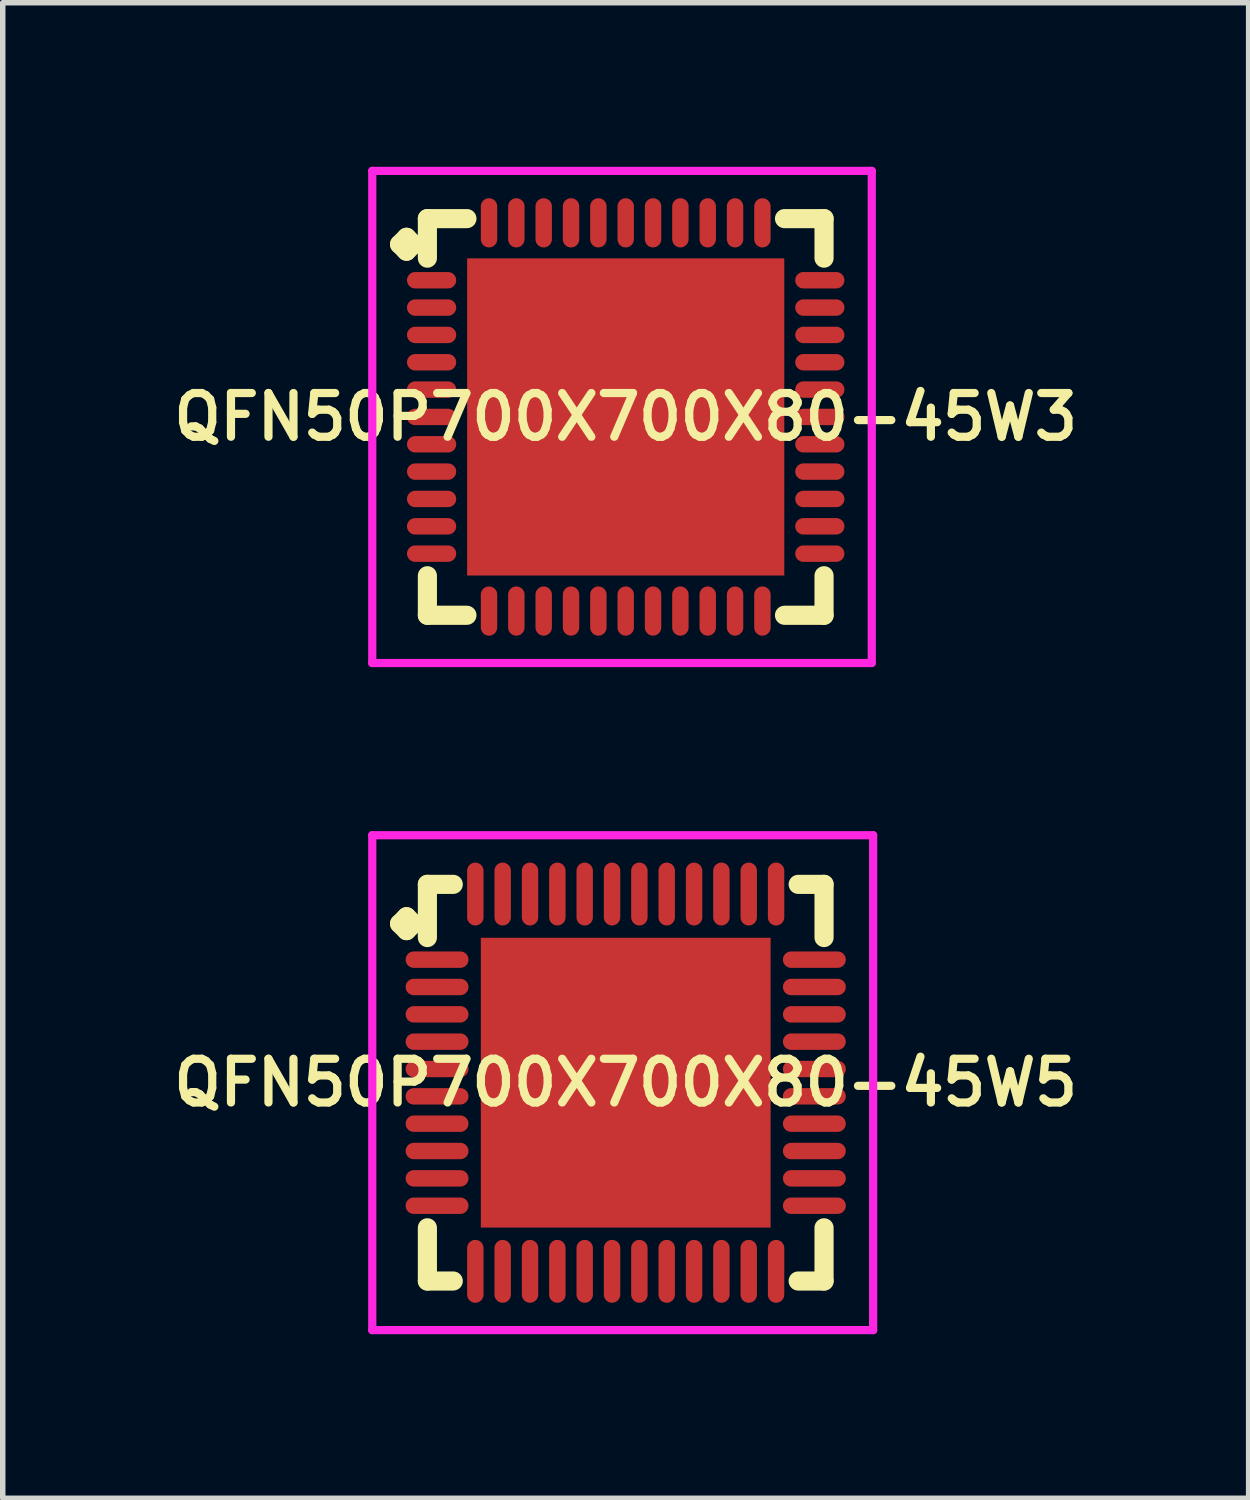
<source format=kicad_pcb>
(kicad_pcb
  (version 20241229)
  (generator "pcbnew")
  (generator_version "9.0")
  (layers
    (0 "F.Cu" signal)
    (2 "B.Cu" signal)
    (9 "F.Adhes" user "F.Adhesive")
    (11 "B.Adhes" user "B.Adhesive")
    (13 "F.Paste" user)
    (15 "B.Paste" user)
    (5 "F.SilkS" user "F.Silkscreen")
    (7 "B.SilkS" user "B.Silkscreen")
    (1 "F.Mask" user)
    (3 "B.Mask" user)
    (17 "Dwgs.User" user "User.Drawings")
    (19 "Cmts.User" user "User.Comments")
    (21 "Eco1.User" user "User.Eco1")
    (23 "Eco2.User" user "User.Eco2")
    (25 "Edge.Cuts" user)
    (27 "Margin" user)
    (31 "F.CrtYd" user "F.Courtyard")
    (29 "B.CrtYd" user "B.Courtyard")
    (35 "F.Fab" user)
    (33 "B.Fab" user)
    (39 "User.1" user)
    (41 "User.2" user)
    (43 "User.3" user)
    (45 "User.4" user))
  (footprint "QFN50P700X700X80-45W5"
    (layer "F.Cu")
    (at 8.393 16.75)
    (property "Reference" "QFN50P700X700X80-45W5" (at 0 0 0) (layer "F.SilkS") (effects (font (size 0.8 0.8) (thickness 0.15))))
    (attr smd)
    (fp_line (start -4.135 -2.908) (end -4.008 -3.035) (stroke (width 0.35) (type solid)) (layer "F.SilkS"))
    (fp_line (start -4.008 -3.035) (end -3.881 -2.908) (stroke (width 0.35) (type solid)) (layer "F.SilkS"))
    (fp_line (start -4.008 -2.781) (end -4.135 -2.908) (stroke (width 0.35) (type solid)) (layer "F.SilkS"))
    (fp_line (start -3.881 -2.908) (end -4.008 -2.781) (stroke (width 0.35) (type solid)) (layer "F.SilkS"))
    (fp_line (start -3.627 -3.627) (end -3.154 -3.627) (stroke (width 0.35) (type solid)) (layer "F.SilkS"))
    (fp_line (start -3.627 -2.654) (end -3.627 -3.627) (stroke (width 0.35) (type solid)) (layer "F.SilkS"))
    (fp_line (start -3.627 2.654) (end -3.627 3.627) (stroke (width 0.35) (type solid)) (layer "F.SilkS"))
    (fp_line (start -3.627 3.627) (end -3.154 3.627) (stroke (width 0.35) (type solid)) (layer "F.SilkS"))
    (fp_line (start 3.154 -3.627) (end 3.627 -3.627) (stroke (width 0.35) (type solid)) (layer "F.SilkS"))
    (fp_line (start 3.154 3.627) (end 3.627 3.627) (stroke (width 0.35) (type solid)) (layer "F.SilkS"))
    (fp_line (start 3.627 -3.627) (end 3.627 -2.654) (stroke (width 0.35) (type solid)) (layer "F.SilkS"))
    (fp_line (start 3.627 3.627) (end 3.627 2.654) (stroke (width 0.35) (type solid)) (layer "F.SilkS"))
    (fp_line (start -4.635 -4.525) (end 4.525 -4.525) (stroke (width 0.15) (type solid)) (layer "F.CrtYd"))
    (fp_line (start -4.635 4.525) (end -4.635 -4.525) (stroke (width 0.15) (type solid)) (layer "F.CrtYd"))
    (fp_line (start 4.525 -4.525) (end 4.525 4.525) (stroke (width 0.15) (type solid)) (layer "F.CrtYd"))
    (fp_line (start 4.525 4.525) (end -4.635 4.525) (stroke (width 0.15) (type solid)) (layer "F.CrtYd"))
    (pad "1" smd oval (at -3.45 -2.25) (size 1.15 0.3) (layers "F.Cu" "F.Mask" "F.Paste"))
    (pad "2" smd oval (at -3.45 -1.75) (size 1.15 0.3) (layers "F.Cu" "F.Mask" "F.Paste"))
    (pad "3" smd oval (at -3.45 -1.25) (size 1.15 0.3) (layers "F.Cu" "F.Mask" "F.Paste"))
    (pad "4" smd oval (at -3.45 -0.75) (size 1.15 0.3) (layers "F.Cu" "F.Mask" "F.Paste"))
    (pad "5" smd oval (at -3.45 -0.25) (size 1.15 0.3) (layers "F.Cu" "F.Mask" "F.Paste"))
    (pad "6" smd oval (at -3.45 0.25) (size 1.15 0.3) (layers "F.Cu" "F.Mask" "F.Paste"))
    (pad "7" smd oval (at -3.45 0.75) (size 1.15 0.3) (layers "F.Cu" "F.Mask" "F.Paste"))
    (pad "8" smd oval (at -3.45 1.25) (size 1.15 0.3) (layers "F.Cu" "F.Mask" "F.Paste"))
    (pad "9" smd oval (at -3.45 1.75) (size 1.15 0.3) (layers "F.Cu" "F.Mask" "F.Paste"))
    (pad "10" smd oval (at -3.45 2.25) (size 1.15 0.3) (layers "F.Cu" "F.Mask" "F.Paste"))
    (pad "11" smd oval (at -2.75 3.45) (size 0.3 1.15) (layers "F.Cu" "F.Mask" "F.Paste"))
    (pad "12" smd oval (at -2.25 3.45) (size 0.3 1.15) (layers "F.Cu" "F.Mask" "F.Paste"))
    (pad "13" smd oval (at -1.75 3.45) (size 0.3 1.15) (layers "F.Cu" "F.Mask" "F.Paste"))
    (pad "14" smd oval (at -1.25 3.45) (size 0.3 1.15) (layers "F.Cu" "F.Mask" "F.Paste"))
    (pad "15" smd oval (at -0.75 3.45) (size 0.3 1.15) (layers "F.Cu" "F.Mask" "F.Paste"))
    (pad "16" smd oval (at -0.25 3.45) (size 0.3 1.15) (layers "F.Cu" "F.Mask" "F.Paste"))
    (pad "17" smd oval (at 0.25 3.45) (size 0.3 1.15) (layers "F.Cu" "F.Mask" "F.Paste"))
    (pad "18" smd oval (at 0.75 3.45) (size 0.3 1.15) (layers "F.Cu" "F.Mask" "F.Paste"))
    (pad "19" smd oval (at 1.25 3.45) (size 0.3 1.15) (layers "F.Cu" "F.Mask" "F.Paste"))
    (pad "20" smd oval (at 1.75 3.45) (size 0.3 1.15) (layers "F.Cu" "F.Mask" "F.Paste"))
    (pad "21" smd oval (at 2.25 3.45) (size 0.3 1.15) (layers "F.Cu" "F.Mask" "F.Paste"))
    (pad "22" smd oval (at 2.75 3.45) (size 0.3 1.15) (layers "F.Cu" "F.Mask" "F.Paste"))
    (pad "23" smd oval (at 3.45 2.25) (size 1.15 0.3) (layers "F.Cu" "F.Mask" "F.Paste"))
    (pad "24" smd oval (at 3.45 1.75) (size 1.15 0.3) (layers "F.Cu" "F.Mask" "F.Paste"))
    (pad "25" smd oval (at 3.45 1.25) (size 1.15 0.3) (layers "F.Cu" "F.Mask" "F.Paste"))
    (pad "26" smd oval (at 3.45 0.75) (size 1.15 0.3) (layers "F.Cu" "F.Mask" "F.Paste"))
    (pad "27" smd oval (at 3.45 0.25) (size 1.15 0.3) (layers "F.Cu" "F.Mask" "F.Paste"))
    (pad "28" smd oval (at 3.45 -0.25) (size 1.15 0.3) (layers "F.Cu" "F.Mask" "F.Paste"))
    (pad "29" smd oval (at 3.45 -0.75) (size 1.15 0.3) (layers "F.Cu" "F.Mask" "F.Paste"))
    (pad "30" smd oval (at 3.45 -1.25) (size 1.15 0.3) (layers "F.Cu" "F.Mask" "F.Paste"))
    (pad "31" smd oval (at 3.45 -1.75) (size 1.15 0.3) (layers "F.Cu" "F.Mask" "F.Paste"))
    (pad "32" smd oval (at 3.45 -2.25) (size 1.15 0.3) (layers "F.Cu" "F.Mask" "F.Paste"))
    (pad "33" smd oval (at 2.75 -3.45) (size 0.3 1.15) (layers "F.Cu" "F.Mask" "F.Paste"))
    (pad "34" smd oval (at 2.25 -3.45) (size 0.3 1.15) (layers "F.Cu" "F.Mask" "F.Paste"))
    (pad "35" smd oval (at 1.75 -3.45) (size 0.3 1.15) (layers "F.Cu" "F.Mask" "F.Paste"))
    (pad "36" smd oval (at 1.25 -3.45) (size 0.3 1.15) (layers "F.Cu" "F.Mask" "F.Paste"))
    (pad "37" smd oval (at 0.75 -3.45) (size 0.3 1.15) (layers "F.Cu" "F.Mask" "F.Paste"))
    (pad "38" smd oval (at 0.25 -3.45) (size 0.3 1.15) (layers "F.Cu" "F.Mask" "F.Paste"))
    (pad "39" smd oval (at -0.25 -3.45) (size 0.3 1.15) (layers "F.Cu" "F.Mask" "F.Paste"))
    (pad "40" smd oval (at -0.75 -3.45) (size 0.3 1.15) (layers "F.Cu" "F.Mask" "F.Paste"))
    (pad "41" smd oval (at -1.25 -3.45) (size 0.3 1.15) (layers "F.Cu" "F.Mask" "F.Paste"))
    (pad "42" smd oval (at -1.75 -3.45) (size 0.3 1.15) (layers "F.Cu" "F.Mask" "F.Paste"))
    (pad "43" smd oval (at -2.25 -3.45) (size 0.3 1.15) (layers "F.Cu" "F.Mask" "F.Paste"))
    (pad "44" smd oval (at -2.75 -3.45) (size 0.3 1.15) (layers "F.Cu" "F.Mask" "F.Paste"))
    (pad "45" smd rect (at 0 0) (size 5.3 5.3) (layers "F.Cu" "F.Mask" "F.Paste")))
  (footprint "QFN50P700X700X80-45W3"
    (layer "F.Cu")
    (at 8.393 4.575)
    (property "Reference" "QFN50P700X700X80-45W3" (at 0 0 0) (layer "F.SilkS") (effects (font (size 0.8 0.8) (thickness 0.15))))
    (attr smd)
    (fp_line (start -4.135 -3.158) (end -4.008 -3.285) (stroke (width 0.35) (type solid)) (layer "F.SilkS"))
    (fp_line (start -4.008 -3.285) (end -3.881 -3.158) (stroke (width 0.35) (type solid)) (layer "F.SilkS"))
    (fp_line (start -4.008 -3.031) (end -4.135 -3.158) (stroke (width 0.35) (type solid)) (layer "F.SilkS"))
    (fp_line (start -3.881 -3.158) (end -4.008 -3.031) (stroke (width 0.35) (type solid)) (layer "F.SilkS"))
    (fp_line (start -3.627 -3.627) (end -2.904 -3.627) (stroke (width 0.35) (type solid)) (layer "F.SilkS"))
    (fp_line (start -3.627 -2.904) (end -3.627 -3.627) (stroke (width 0.35) (type solid)) (layer "F.SilkS"))
    (fp_line (start -3.627 2.904) (end -3.627 3.627) (stroke (width 0.35) (type solid)) (layer "F.SilkS"))
    (fp_line (start -3.627 3.627) (end -2.904 3.627) (stroke (width 0.35) (type solid)) (layer "F.SilkS"))
    (fp_line (start 2.904 -3.627) (end 3.627 -3.627) (stroke (width 0.35) (type solid)) (layer "F.SilkS"))
    (fp_line (start 2.904 3.627) (end 3.627 3.627) (stroke (width 0.35) (type solid)) (layer "F.SilkS"))
    (fp_line (start 3.627 -3.627) (end 3.627 -2.904) (stroke (width 0.35) (type solid)) (layer "F.SilkS"))
    (fp_line (start 3.627 3.627) (end 3.627 2.904) (stroke (width 0.35) (type solid)) (layer "F.SilkS"))
    (fp_line (start -4.635 -4.5) (end 4.5 -4.5) (stroke (width 0.15) (type solid)) (layer "F.CrtYd"))
    (fp_line (start -4.635 4.5) (end -4.635 -4.5) (stroke (width 0.15) (type solid)) (layer "F.CrtYd"))
    (fp_line (start 4.5 -4.5) (end 4.5 4.5) (stroke (width 0.15) (type solid)) (layer "F.CrtYd"))
    (fp_line (start 4.5 4.5) (end -4.635 4.5) (stroke (width 0.15) (type solid)) (layer "F.CrtYd"))
    (pad "1" smd oval (at -3.55 -2.5) (size 0.9 0.3) (layers "F.Cu" "F.Mask" "F.Paste"))
    (pad "2" smd oval (at -3.55 -2) (size 0.9 0.3) (layers "F.Cu" "F.Mask" "F.Paste"))
    (pad "3" smd oval (at -3.55 -1.5) (size 0.9 0.3) (layers "F.Cu" "F.Mask" "F.Paste"))
    (pad "4" smd oval (at -3.55 -1) (size 0.9 0.3) (layers "F.Cu" "F.Mask" "F.Paste"))
    (pad "5" smd oval (at -3.55 -0.5) (size 0.9 0.3) (layers "F.Cu" "F.Mask" "F.Paste"))
    (pad "6" smd oval (at -3.55 0) (size 0.9 0.3) (layers "F.Cu" "F.Mask" "F.Paste"))
    (pad "7" smd oval (at -3.55 0.5) (size 0.9 0.3) (layers "F.Cu" "F.Mask" "F.Paste"))
    (pad "8" smd oval (at -3.55 1) (size 0.9 0.3) (layers "F.Cu" "F.Mask" "F.Paste"))
    (pad "9" smd oval (at -3.55 1.5) (size 0.9 0.3) (layers "F.Cu" "F.Mask" "F.Paste"))
    (pad "10" smd oval (at -3.55 2) (size 0.9 0.3) (layers "F.Cu" "F.Mask" "F.Paste"))
    (pad "11" smd oval (at -3.55 2.5) (size 0.9 0.3) (layers "F.Cu" "F.Mask" "F.Paste"))
    (pad "12" smd oval (at -2.5 3.55) (size 0.3 0.9) (layers "F.Cu" "F.Mask" "F.Paste"))
    (pad "13" smd oval (at -2 3.55) (size 0.3 0.9) (layers "F.Cu" "F.Mask" "F.Paste"))
    (pad "14" smd oval (at -1.5 3.55) (size 0.3 0.9) (layers "F.Cu" "F.Mask" "F.Paste"))
    (pad "15" smd oval (at -1 3.55) (size 0.3 0.9) (layers "F.Cu" "F.Mask" "F.Paste"))
    (pad "16" smd oval (at -0.5 3.55) (size 0.3 0.9) (layers "F.Cu" "F.Mask" "F.Paste"))
    (pad "17" smd oval (at 0 3.55) (size 0.3 0.9) (layers "F.Cu" "F.Mask" "F.Paste"))
    (pad "18" smd oval (at 0.5 3.55) (size 0.3 0.9) (layers "F.Cu" "F.Mask" "F.Paste"))
    (pad "19" smd oval (at 1 3.55) (size 0.3 0.9) (layers "F.Cu" "F.Mask" "F.Paste"))
    (pad "20" smd oval (at 1.5 3.55) (size 0.3 0.9) (layers "F.Cu" "F.Mask" "F.Paste"))
    (pad "21" smd oval (at 2 3.55) (size 0.3 0.9) (layers "F.Cu" "F.Mask" "F.Paste"))
    (pad "22" smd oval (at 2.5 3.55) (size 0.3 0.9) (layers "F.Cu" "F.Mask" "F.Paste"))
    (pad "23" smd oval (at 3.55 2.5) (size 0.9 0.3) (layers "F.Cu" "F.Mask" "F.Paste"))
    (pad "24" smd oval (at 3.55 2) (size 0.9 0.3) (layers "F.Cu" "F.Mask" "F.Paste"))
    (pad "25" smd oval (at 3.55 1.5) (size 0.9 0.3) (layers "F.Cu" "F.Mask" "F.Paste"))
    (pad "26" smd oval (at 3.55 1) (size 0.9 0.3) (layers "F.Cu" "F.Mask" "F.Paste"))
    (pad "27" smd oval (at 3.55 0.5) (size 0.9 0.3) (layers "F.Cu" "F.Mask" "F.Paste"))
    (pad "28" smd oval (at 3.55 0) (size 0.9 0.3) (layers "F.Cu" "F.Mask" "F.Paste"))
    (pad "29" smd oval (at 3.55 -0.5) (size 0.9 0.3) (layers "F.Cu" "F.Mask" "F.Paste"))
    (pad "30" smd oval (at 3.55 -1) (size 0.9 0.3) (layers "F.Cu" "F.Mask" "F.Paste"))
    (pad "31" smd oval (at 3.55 -1.5) (size 0.9 0.3) (layers "F.Cu" "F.Mask" "F.Paste"))
    (pad "32" smd oval (at 3.55 -2) (size 0.9 0.3) (layers "F.Cu" "F.Mask" "F.Paste"))
    (pad "33" smd oval (at 3.55 -2.5) (size 0.9 0.3) (layers "F.Cu" "F.Mask" "F.Paste"))
    (pad "34" smd oval (at 2.5 -3.55) (size 0.3 0.9) (layers "F.Cu" "F.Mask" "F.Paste"))
    (pad "35" smd oval (at 2 -3.55) (size 0.3 0.9) (layers "F.Cu" "F.Mask" "F.Paste"))
    (pad "36" smd oval (at 1.5 -3.55) (size 0.3 0.9) (layers "F.Cu" "F.Mask" "F.Paste"))
    (pad "37" smd oval (at 1 -3.55) (size 0.3 0.9) (layers "F.Cu" "F.Mask" "F.Paste"))
    (pad "38" smd oval (at 0.5 -3.55) (size 0.3 0.9) (layers "F.Cu" "F.Mask" "F.Paste"))
    (pad "39" smd oval (at 0 -3.55) (size 0.3 0.9) (layers "F.Cu" "F.Mask" "F.Paste"))
    (pad "40" smd oval (at -0.5 -3.55) (size 0.3 0.9) (layers "F.Cu" "F.Mask" "F.Paste"))
    (pad "41" smd oval (at -1 -3.55) (size 0.3 0.9) (layers "F.Cu" "F.Mask" "F.Paste"))
    (pad "42" smd oval (at -1.5 -3.55) (size 0.3 0.9) (layers "F.Cu" "F.Mask" "F.Paste"))
    (pad "43" smd oval (at -2 -3.55) (size 0.3 0.9) (layers "F.Cu" "F.Mask" "F.Paste"))
    (pad "44" smd oval (at -2.5 -3.55) (size 0.3 0.9) (layers "F.Cu" "F.Mask" "F.Paste"))
    (pad "45" smd rect (at 0 0) (size 5.8 5.8) (layers "F.Cu" "F.Mask" "F.Paste")))
  (gr_rect
    (start -3 -3)
    (end 19.785 24.35)
    (stroke (width 0.1) (type default))
    (fill no)
    (layer "Edge.Cuts")))
</source>
